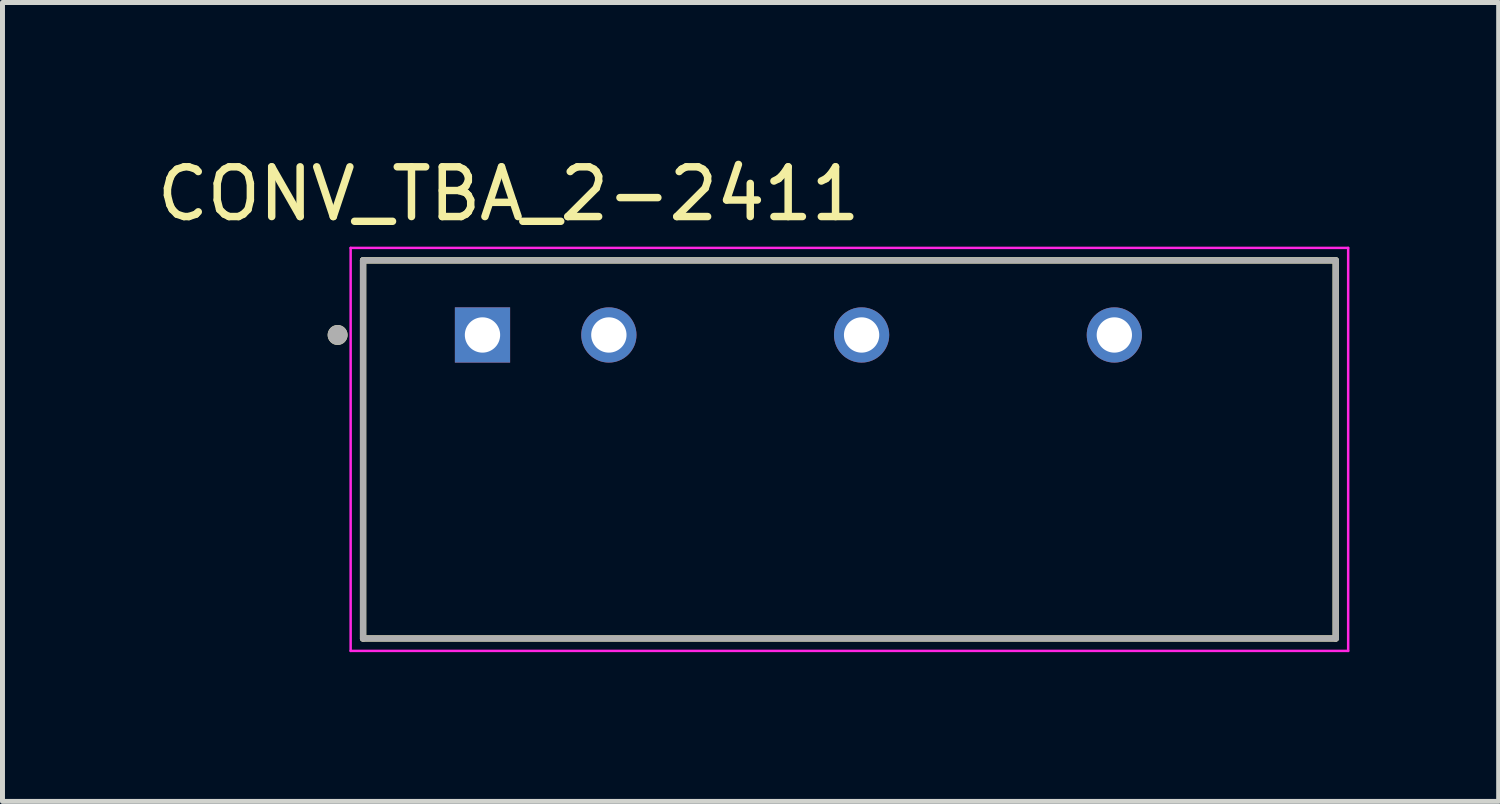
<source format=kicad_pcb>
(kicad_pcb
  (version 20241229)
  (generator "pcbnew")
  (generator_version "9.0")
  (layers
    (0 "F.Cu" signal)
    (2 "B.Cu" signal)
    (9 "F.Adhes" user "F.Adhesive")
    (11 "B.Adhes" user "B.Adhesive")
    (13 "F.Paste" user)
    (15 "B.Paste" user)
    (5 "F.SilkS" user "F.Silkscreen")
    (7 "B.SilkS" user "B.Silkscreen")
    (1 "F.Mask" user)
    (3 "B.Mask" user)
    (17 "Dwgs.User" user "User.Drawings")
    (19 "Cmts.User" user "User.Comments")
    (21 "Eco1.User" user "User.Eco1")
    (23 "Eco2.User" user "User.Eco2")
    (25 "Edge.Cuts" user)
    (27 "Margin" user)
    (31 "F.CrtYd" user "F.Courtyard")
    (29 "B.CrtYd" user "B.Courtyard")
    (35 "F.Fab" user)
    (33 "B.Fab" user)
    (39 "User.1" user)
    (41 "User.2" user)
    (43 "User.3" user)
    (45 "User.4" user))
  (footprint "CONV_TBA_2-2411"
    (layer "F.Cu")
    (at 14.023 5.983)
    (property "Reference" "CONV_TBA_2-2411" (at -6.85 -5.135 0) (layer "F.SilkS") (effects (font (size 1 1) (thickness 0.15))))
    (attr through_hole)
    (fp_line (start -9.775 -3.8) (end -9.775 3.8) (stroke (width 0.127) (type solid)) (layer "F.SilkS"))
    (fp_line (start -9.775 3.8) (end 9.775 3.8) (stroke (width 0.127) (type solid)) (layer "F.SilkS"))
    (fp_line (start 9.775 -3.8) (end -9.775 -3.8) (stroke (width 0.127) (type solid)) (layer "F.SilkS"))
    (fp_line (start 9.775 3.8) (end 9.775 -3.8) (stroke (width 0.127) (type solid)) (layer "F.SilkS"))
    (fp_circle (center -10.287 -2.3) (end -10.187 -2.3) (stroke (width 0.2) (type solid)) (fill no) (layer "F.SilkS"))
    (fp_line (start -10.025 -4.05) (end -10.025 4.05) (stroke (width 0.05) (type solid)) (layer "F.CrtYd"))
    (fp_line (start -10.025 4.05) (end 10.025 4.05) (stroke (width 0.05) (type solid)) (layer "F.CrtYd"))
    (fp_line (start 10.025 -4.05) (end -10.025 -4.05) (stroke (width 0.05) (type solid)) (layer "F.CrtYd"))
    (fp_line (start 10.025 4.05) (end 10.025 -4.05) (stroke (width 0.05) (type solid)) (layer "F.CrtYd"))
    (fp_line (start -9.775 -3.8) (end -9.775 3.8) (stroke (width 0.127) (type solid)) (layer "F.Fab"))
    (fp_line (start -9.775 3.8) (end 9.775 3.8) (stroke (width 0.127) (type solid)) (layer "F.Fab"))
    (fp_line (start 9.775 -3.8) (end -9.775 -3.8) (stroke (width 0.127) (type solid)) (layer "F.Fab"))
    (fp_line (start 9.775 3.8) (end 9.775 -3.8) (stroke (width 0.127) (type solid)) (layer "F.Fab"))
    (fp_circle (center -10.287 -2.3) (end -10.187 -2.3) (stroke (width 0.2) (type solid)) (fill no) (layer "F.Fab"))
    (pad "1" thru_hole rect (at -7.375 -2.3) (size 1.11 1.11) (drill 0.71) (layers "*.Cu" "*.Mask"))
    (pad "2" thru_hole circle (at -4.835 -2.3) (size 1.11 1.11) (drill 0.71) (layers "*.Cu" "*.Mask"))
    (pad "4" thru_hole circle (at 0.245 -2.3) (size 1.11 1.11) (drill 0.71) (layers "*.Cu" "*.Mask"))
    (pad "6" thru_hole circle (at 5.325 -2.3) (size 1.11 1.11) (drill 0.71) (layers "*.Cu" "*.Mask")))
  (gr_rect
    (start -3 -3)
    (end 27.073 13.058)
    (stroke (width 0.1) (type default))
    (fill no)
    (layer "Edge.Cuts")))
</source>
